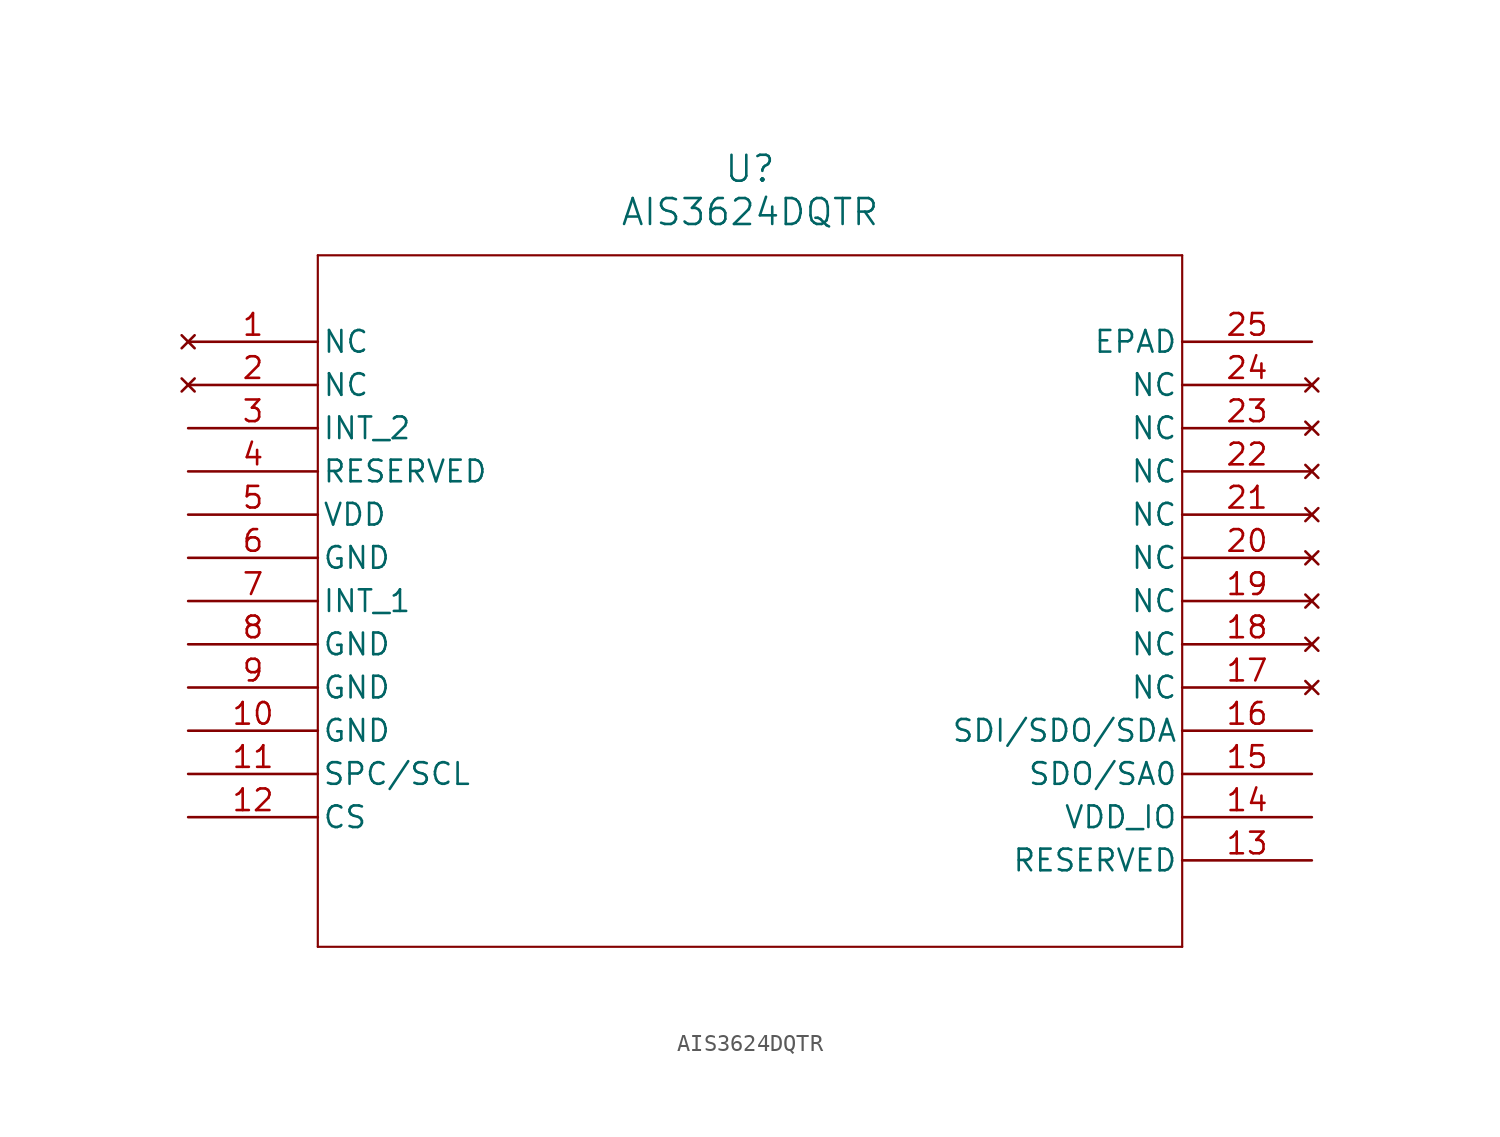
<source format=kicad_sym>
(kicad_symbol_lib
  (version 20211014)
  (generator kicad_symbol_editor)
  (symbol "AIS3624DQTR"
    (pin_names
      (offset 0.254))
    (property "Reference" "U"
      (at 33.02 10.16 0)
      (effects (font (size 1.524 1.524))))
    (property "Value" "AIS3624DQTR"
      (at 33.02 7.62 0)
      (effects (font (size 1.524 1.524))))
    (symbol "AIS3624DQTR_0_1"
      (polyline (pts (xy 7.62 5.08) (xy 7.62 -35.56)) (stroke (width 0.127) (type default) (color 0 0 0 0)) (fill (type none)))
      (polyline (pts (xy 7.62 -35.56) (xy 58.42 -35.56)) (stroke (width 0.127) (type default) (color 0 0 0 0)) (fill (type none)))
      (polyline (pts (xy 58.42 -35.56) (xy 58.42 5.08)) (stroke (width 0.127) (type default) (color 0 0 0 0)) (fill (type none)))
      (polyline (pts (xy 58.42 5.08) (xy 7.62 5.08)) (stroke (width 0.127) (type default) (color 0 0 0 0)) (fill (type none)))
      (pin no_connect line (at 0 0 0) (length 7.62) (name "NC" (effects (font (size 1.27 1.27)))) (number "1" (effects (font (size 1.27 1.27)))))
      (pin no_connect line (at 0 -2.54 0) (length 7.62) (name "NC" (effects (font (size 1.27 1.27)))) (number "2" (effects (font (size 1.27 1.27)))))
      (pin unspecified line (at 0 -5.08 0) (length 7.62) (name "INT_2" (effects (font (size 1.27 1.27)))) (number "3" (effects (font (size 1.27 1.27)))))
      (pin power_out line (at 0 -7.62 0) (length 7.62) (name "RESERVED" (effects (font (size 1.27 1.27)))) (number "4" (effects (font (size 1.27 1.27)))))
      (pin unspecified line (at 0 -10.16 0) (length 7.62) (name "VDD" (effects (font (size 1.27 1.27)))) (number "5" (effects (font (size 1.27 1.27)))))
      (pin power_out line (at 0 -12.7 0) (length 7.62) (name "GND" (effects (font (size 1.27 1.27)))) (number "6" (effects (font (size 1.27 1.27)))))
      (pin unspecified line (at 0 -15.24 0) (length 7.62) (name "INT_1" (effects (font (size 1.27 1.27)))) (number "7" (effects (font (size 1.27 1.27)))))
      (pin power_out line (at 0 -17.78 0) (length 7.62) (name "GND" (effects (font (size 1.27 1.27)))) (number "8" (effects (font (size 1.27 1.27)))))
      (pin power_out line (at 0 -20.32 0) (length 7.62) (name "GND" (effects (font (size 1.27 1.27)))) (number "9" (effects (font (size 1.27 1.27)))))
      (pin power_out line (at 0 -22.86 0) (length 7.62) (name "GND" (effects (font (size 1.27 1.27)))) (number "10" (effects (font (size 1.27 1.27)))))
      (pin unspecified line (at 0 -25.4 0) (length 7.62) (name "SPC/SCL" (effects (font (size 1.27 1.27)))) (number "11" (effects (font (size 1.27 1.27)))))
      (pin unspecified line (at 0 -27.94 0) (length 7.62) (name "CS" (effects (font (size 1.27 1.27)))) (number "12" (effects (font (size 1.27 1.27)))))
      (pin unspecified line (at 66.04 -30.48 180) (length 7.62) (name "RESERVED" (effects (font (size 1.27 1.27)))) (number "13" (effects (font (size 1.27 1.27)))))
      (pin unspecified line (at 66.04 -27.94 180) (length 7.62) (name "VDD_IO" (effects (font (size 1.27 1.27)))) (number "14" (effects (font (size 1.27 1.27)))))
      (pin unspecified line (at 66.04 -25.4 180) (length 7.62) (name "SDO/SA0" (effects (font (size 1.27 1.27)))) (number "15" (effects (font (size 1.27 1.27)))))
      (pin unspecified line (at 66.04 -22.86 180) (length 7.62) (name "SDI/SDO/SDA" (effects (font (size 1.27 1.27)))) (number "16" (effects (font (size 1.27 1.27)))))
      (pin no_connect line (at 66.04 -20.32 180) (length 7.62) (name "NC" (effects (font (size 1.27 1.27)))) (number "17" (effects (font (size 1.27 1.27)))))
      (pin no_connect line (at 66.04 -17.78 180) (length 7.62) (name "NC" (effects (font (size 1.27 1.27)))) (number "18" (effects (font (size 1.27 1.27)))))
      (pin no_connect line (at 66.04 -15.24 180) (length 7.62) (name "NC" (effects (font (size 1.27 1.27)))) (number "19" (effects (font (size 1.27 1.27)))))
      (pin no_connect line (at 66.04 -12.7 180) (length 7.62) (name "NC" (effects (font (size 1.27 1.27)))) (number "20" (effects (font (size 1.27 1.27)))))
      (pin no_connect line (at 66.04 -10.16 180) (length 7.62) (name "NC" (effects (font (size 1.27 1.27)))) (number "21" (effects (font (size 1.27 1.27)))))
      (pin no_connect line (at 66.04 -7.62 180) (length 7.62) (name "NC" (effects (font (size 1.27 1.27)))) (number "22" (effects (font (size 1.27 1.27)))))
      (pin no_connect line (at 66.04 -5.08 180) (length 7.62) (name "NC" (effects (font (size 1.27 1.27)))) (number "23" (effects (font (size 1.27 1.27)))))
      (pin no_connect line (at 66.04 -2.54 180) (length 7.62) (name "NC" (effects (font (size 1.27 1.27)))) (number "24" (effects (font (size 1.27 1.27)))))
      (pin power_out line (at 66.04 0 180) (length 7.62) (name "EPAD" (effects (font (size 1.27 1.27)))) (number "25" (effects (font (size 1.27 1.27))))))))
</source>
